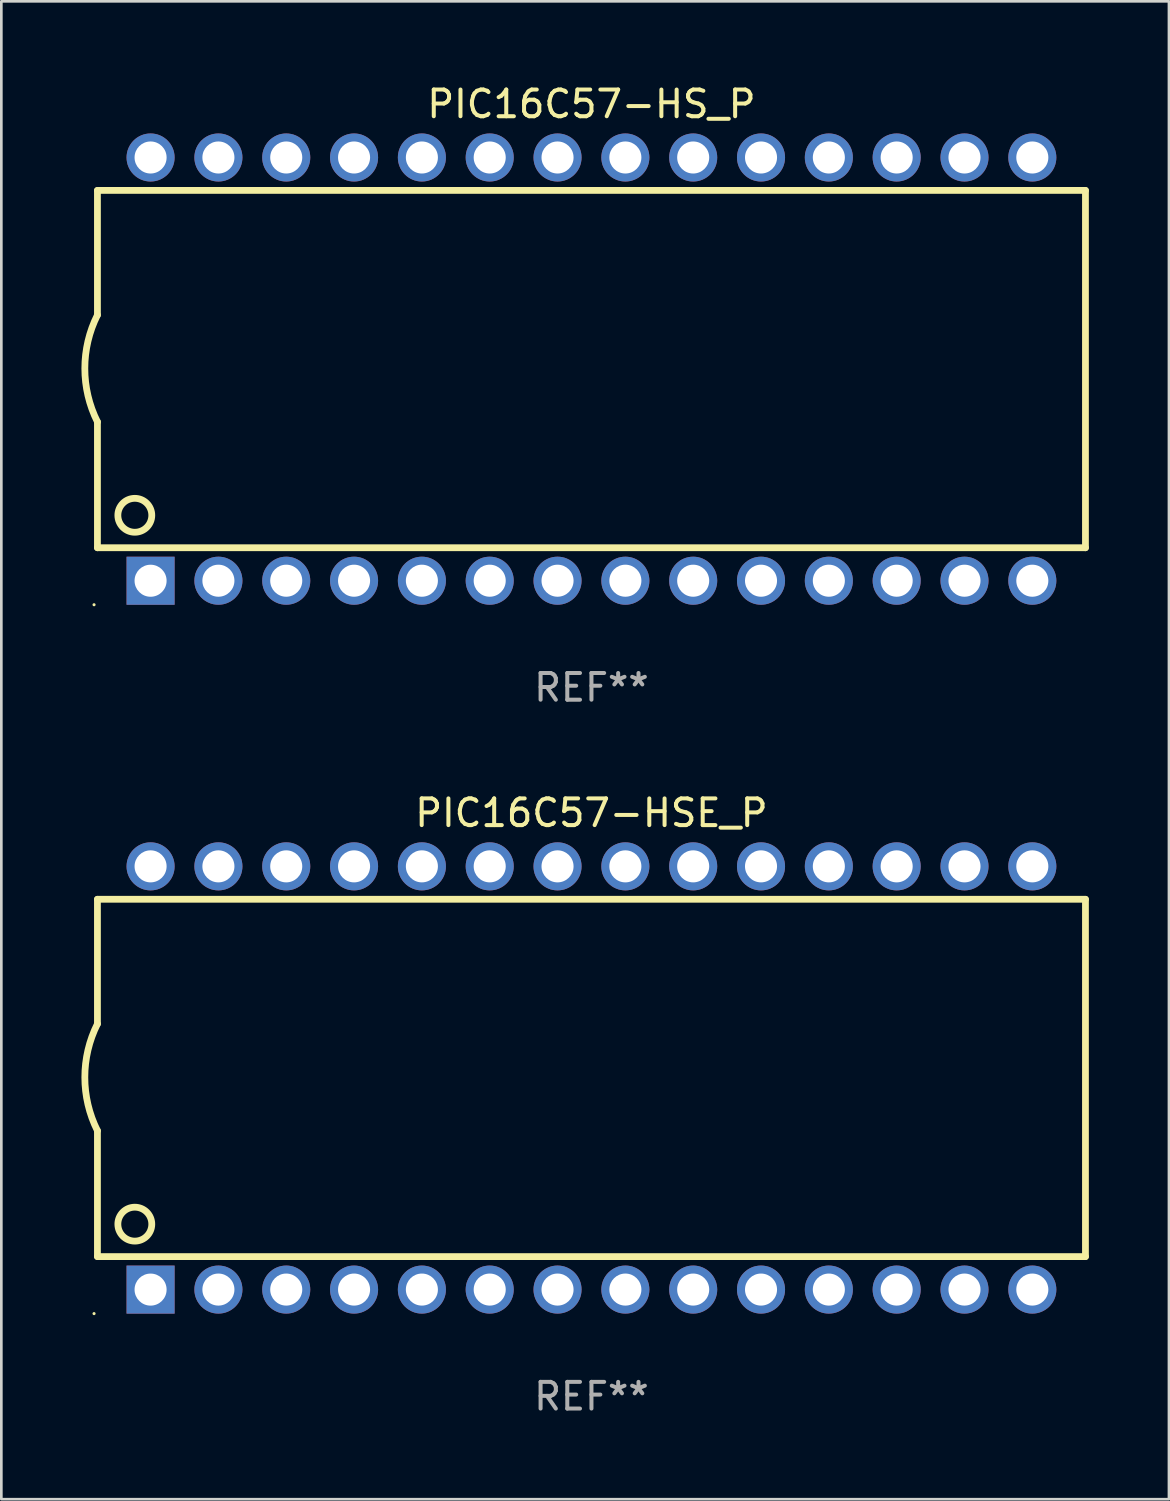
<source format=kicad_pcb>
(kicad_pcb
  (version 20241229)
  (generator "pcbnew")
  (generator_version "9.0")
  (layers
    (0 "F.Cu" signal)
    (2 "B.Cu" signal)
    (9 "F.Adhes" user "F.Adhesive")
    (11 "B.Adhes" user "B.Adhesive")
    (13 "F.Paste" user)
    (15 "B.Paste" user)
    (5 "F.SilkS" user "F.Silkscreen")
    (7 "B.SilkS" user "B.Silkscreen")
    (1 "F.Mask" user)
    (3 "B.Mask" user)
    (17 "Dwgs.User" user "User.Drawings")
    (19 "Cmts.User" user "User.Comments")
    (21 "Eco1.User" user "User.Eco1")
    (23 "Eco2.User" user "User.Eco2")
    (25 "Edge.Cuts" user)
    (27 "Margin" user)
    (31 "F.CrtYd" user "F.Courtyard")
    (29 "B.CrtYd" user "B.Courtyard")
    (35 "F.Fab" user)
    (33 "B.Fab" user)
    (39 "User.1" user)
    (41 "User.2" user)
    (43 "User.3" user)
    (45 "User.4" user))
  (footprint "PIC16C57-HS_P"
    (layer "F.Cu")
    (at 19.099 10.773)
    (property "Reference" "PIC16C57-HS_P" (at 0 -9.925 0) (layer "F.SilkS") (effects (font (size 1 1) (thickness 0.15))))
    (attr through_hole)
    (fp_line (start -18.5 -6.692) (end -18.5 -2.026) (stroke (width 0.254) (type solid)) (layer "F.SilkS"))
    (fp_line (start -18.5 6.689) (end -18.5 1.974) (stroke (width 0.254) (type solid)) (layer "F.SilkS"))
    (fp_line (start -18.5 6.689) (end 18.5 6.689) (stroke (width 0.254) (type solid)) (layer "F.SilkS"))
    (fp_line (start 18.5 -6.692) (end -18.5 -6.692) (stroke (width 0.254) (type solid)) (layer "F.SilkS"))
    (fp_line (start 18.5 6.689) (end 18.5 -6.692) (stroke (width 0.254) (type solid)) (layer "F.SilkS"))
    (fp_arc (start -18.500051 1.974346) (mid -18.972187 -0.025654) (end -18.500051 -2.025654) (stroke (width 0.254001) (type solid)) (layer "F.SilkS"))
    (fp_circle (center -18.627 8.824) (end -18.597 8.824) (stroke (width 0.06) (type solid)) (fill no) (layer "F.SilkS"))
    (fp_circle (center -17.1 5.474) (end -16.465 5.474) (stroke (width 0.254) (type solid)) (fill no) (layer "F.SilkS"))
    (fp_text user "REF**" (at 0 11.925 0) (layer "F.Fab") (effects (font (size 1 1) (thickness 0.15))))
    (pad "1" thru_hole rect (at -16.51 7.925) (size 1.8 1.8) (drill 1.2) (layers "*.Cu" "*.Mask"))
    (pad "2" thru_hole circle (at -13.97 7.924) (size 1.8 1.8) (drill 1.2) (layers "*.Cu" "*.Mask"))
    (pad "3" thru_hole circle (at -11.43 7.924) (size 1.8 1.8) (drill 1.2) (layers "*.Cu" "*.Mask"))
    (pad "4" thru_hole circle (at -8.89 7.924) (size 1.8 1.8) (drill 1.2) (layers "*.Cu" "*.Mask"))
    (pad "5" thru_hole circle (at -6.35 7.924) (size 1.8 1.8) (drill 1.2) (layers "*.Cu" "*.Mask"))
    (pad "6" thru_hole circle (at -3.81 7.924) (size 1.8 1.8) (drill 1.2) (layers "*.Cu" "*.Mask"))
    (pad "7" thru_hole circle (at -1.27 7.924) (size 1.8 1.8) (drill 1.2) (layers "*.Cu" "*.Mask"))
    (pad "8" thru_hole circle (at 1.27 7.924) (size 1.8 1.8) (drill 1.2) (layers "*.Cu" "*.Mask"))
    (pad "9" thru_hole circle (at 3.81 7.924) (size 1.8 1.8) (drill 1.2) (layers "*.Cu" "*.Mask"))
    (pad "10" thru_hole circle (at 6.35 7.924) (size 1.8 1.8) (drill 1.2) (layers "*.Cu" "*.Mask"))
    (pad "11" thru_hole circle (at 8.89 7.924) (size 1.8 1.8) (drill 1.2) (layers "*.Cu" "*.Mask"))
    (pad "12" thru_hole circle (at 11.43 7.924) (size 1.8 1.8) (drill 1.2) (layers "*.Cu" "*.Mask"))
    (pad "13" thru_hole circle (at 13.97 7.924) (size 1.8 1.8) (drill 1.2) (layers "*.Cu" "*.Mask"))
    (pad "14" thru_hole circle (at 16.51 7.924) (size 1.8 1.8) (drill 1.2) (layers "*.Cu" "*.Mask"))
    (pad "15" thru_hole circle (at 16.51 -7.925) (size 1.8 1.8) (drill 1.2) (layers "*.Cu" "*.Mask"))
    (pad "16" thru_hole circle (at 13.97 -7.925) (size 1.8 1.8) (drill 1.2) (layers "*.Cu" "*.Mask"))
    (pad "17" thru_hole circle (at 11.43 -7.925) (size 1.8 1.8) (drill 1.2) (layers "*.Cu" "*.Mask"))
    (pad "18" thru_hole circle (at 8.89 -7.925) (size 1.8 1.8) (drill 1.2) (layers "*.Cu" "*.Mask"))
    (pad "19" thru_hole circle (at 6.35 -7.925) (size 1.8 1.8) (drill 1.2) (layers "*.Cu" "*.Mask"))
    (pad "20" thru_hole circle (at 3.81 -7.925) (size 1.8 1.8) (drill 1.2) (layers "*.Cu" "*.Mask"))
    (pad "21" thru_hole circle (at 1.27 -7.925) (size 1.8 1.8) (drill 1.2) (layers "*.Cu" "*.Mask"))
    (pad "22" thru_hole circle (at -1.27 -7.925) (size 1.8 1.8) (drill 1.2) (layers "*.Cu" "*.Mask"))
    (pad "23" thru_hole circle (at -3.81 -7.925) (size 1.8 1.8) (drill 1.2) (layers "*.Cu" "*.Mask"))
    (pad "24" thru_hole circle (at -6.35 -7.925) (size 1.8 1.8) (drill 1.2) (layers "*.Cu" "*.Mask"))
    (pad "25" thru_hole circle (at -8.89 -7.925) (size 1.8 1.8) (drill 1.2) (layers "*.Cu" "*.Mask"))
    (pad "26" thru_hole circle (at -11.43 -7.925) (size 1.8 1.8) (drill 1.2) (layers "*.Cu" "*.Mask"))
    (pad "27" thru_hole circle (at -13.97 -7.925) (size 1.8 1.8) (drill 1.2) (layers "*.Cu" "*.Mask"))
    (pad "28" thru_hole circle (at -16.51 -7.925) (size 1.8 1.8) (drill 1.2) (layers "*.Cu" "*.Mask")))
  (footprint "PIC16C57-HSE_P"
    (layer "F.Cu")
    (at 19.099 37.319)
    (property "Reference" "PIC16C57-HSE_P" (at 0 -9.925 0) (layer "F.SilkS") (effects (font (size 1 1) (thickness 0.15))))
    (attr through_hole)
    (fp_line (start -18.5 -6.692) (end -18.5 -2.026) (stroke (width 0.254) (type solid)) (layer "F.SilkS"))
    (fp_line (start -18.5 6.689) (end -18.5 1.974) (stroke (width 0.254) (type solid)) (layer "F.SilkS"))
    (fp_line (start -18.5 6.689) (end 18.5 6.689) (stroke (width 0.254) (type solid)) (layer "F.SilkS"))
    (fp_line (start 18.5 -6.692) (end -18.5 -6.692) (stroke (width 0.254) (type solid)) (layer "F.SilkS"))
    (fp_line (start 18.5 6.689) (end 18.5 -6.692) (stroke (width 0.254) (type solid)) (layer "F.SilkS"))
    (fp_arc (start -18.500051 1.974346) (mid -18.972187 -0.025654) (end -18.500051 -2.025654) (stroke (width 0.254001) (type solid)) (layer "F.SilkS"))
    (fp_circle (center -18.627 8.824) (end -18.597 8.824) (stroke (width 0.06) (type solid)) (fill no) (layer "F.SilkS"))
    (fp_circle (center -17.1 5.474) (end -16.465 5.474) (stroke (width 0.254) (type solid)) (fill no) (layer "F.SilkS"))
    (fp_text user "REF**" (at 0 11.925 0) (layer "F.Fab") (effects (font (size 1 1) (thickness 0.15))))
    (pad "1" thru_hole rect (at -16.51 7.925) (size 1.8 1.8) (drill 1.2) (layers "*.Cu" "*.Mask"))
    (pad "2" thru_hole circle (at -13.97 7.924) (size 1.8 1.8) (drill 1.2) (layers "*.Cu" "*.Mask"))
    (pad "3" thru_hole circle (at -11.43 7.924) (size 1.8 1.8) (drill 1.2) (layers "*.Cu" "*.Mask"))
    (pad "4" thru_hole circle (at -8.89 7.924) (size 1.8 1.8) (drill 1.2) (layers "*.Cu" "*.Mask"))
    (pad "5" thru_hole circle (at -6.35 7.924) (size 1.8 1.8) (drill 1.2) (layers "*.Cu" "*.Mask"))
    (pad "6" thru_hole circle (at -3.81 7.924) (size 1.8 1.8) (drill 1.2) (layers "*.Cu" "*.Mask"))
    (pad "7" thru_hole circle (at -1.27 7.924) (size 1.8 1.8) (drill 1.2) (layers "*.Cu" "*.Mask"))
    (pad "8" thru_hole circle (at 1.27 7.924) (size 1.8 1.8) (drill 1.2) (layers "*.Cu" "*.Mask"))
    (pad "9" thru_hole circle (at 3.81 7.924) (size 1.8 1.8) (drill 1.2) (layers "*.Cu" "*.Mask"))
    (pad "10" thru_hole circle (at 6.35 7.924) (size 1.8 1.8) (drill 1.2) (layers "*.Cu" "*.Mask"))
    (pad "11" thru_hole circle (at 8.89 7.924) (size 1.8 1.8) (drill 1.2) (layers "*.Cu" "*.Mask"))
    (pad "12" thru_hole circle (at 11.43 7.924) (size 1.8 1.8) (drill 1.2) (layers "*.Cu" "*.Mask"))
    (pad "13" thru_hole circle (at 13.97 7.924) (size 1.8 1.8) (drill 1.2) (layers "*.Cu" "*.Mask"))
    (pad "14" thru_hole circle (at 16.51 7.924) (size 1.8 1.8) (drill 1.2) (layers "*.Cu" "*.Mask"))
    (pad "15" thru_hole circle (at 16.51 -7.925) (size 1.8 1.8) (drill 1.2) (layers "*.Cu" "*.Mask"))
    (pad "16" thru_hole circle (at 13.97 -7.925) (size 1.8 1.8) (drill 1.2) (layers "*.Cu" "*.Mask"))
    (pad "17" thru_hole circle (at 11.43 -7.925) (size 1.8 1.8) (drill 1.2) (layers "*.Cu" "*.Mask"))
    (pad "18" thru_hole circle (at 8.89 -7.925) (size 1.8 1.8) (drill 1.2) (layers "*.Cu" "*.Mask"))
    (pad "19" thru_hole circle (at 6.35 -7.925) (size 1.8 1.8) (drill 1.2) (layers "*.Cu" "*.Mask"))
    (pad "20" thru_hole circle (at 3.81 -7.925) (size 1.8 1.8) (drill 1.2) (layers "*.Cu" "*.Mask"))
    (pad "21" thru_hole circle (at 1.27 -7.925) (size 1.8 1.8) (drill 1.2) (layers "*.Cu" "*.Mask"))
    (pad "22" thru_hole circle (at -1.27 -7.925) (size 1.8 1.8) (drill 1.2) (layers "*.Cu" "*.Mask"))
    (pad "23" thru_hole circle (at -3.81 -7.925) (size 1.8 1.8) (drill 1.2) (layers "*.Cu" "*.Mask"))
    (pad "24" thru_hole circle (at -6.35 -7.925) (size 1.8 1.8) (drill 1.2) (layers "*.Cu" "*.Mask"))
    (pad "25" thru_hole circle (at -8.89 -7.925) (size 1.8 1.8) (drill 1.2) (layers "*.Cu" "*.Mask"))
    (pad "26" thru_hole circle (at -11.43 -7.925) (size 1.8 1.8) (drill 1.2) (layers "*.Cu" "*.Mask"))
    (pad "27" thru_hole circle (at -13.97 -7.925) (size 1.8 1.8) (drill 1.2) (layers "*.Cu" "*.Mask"))
    (pad "28" thru_hole circle (at -16.51 -7.925) (size 1.8 1.8) (drill 1.2) (layers "*.Cu" "*.Mask")))
  (gr_rect
    (start -3 -3)
    (end 40.726 53.092)
    (stroke (width 0.1) (type default))
    (fill no)
    (layer "Edge.Cuts")))
</source>
